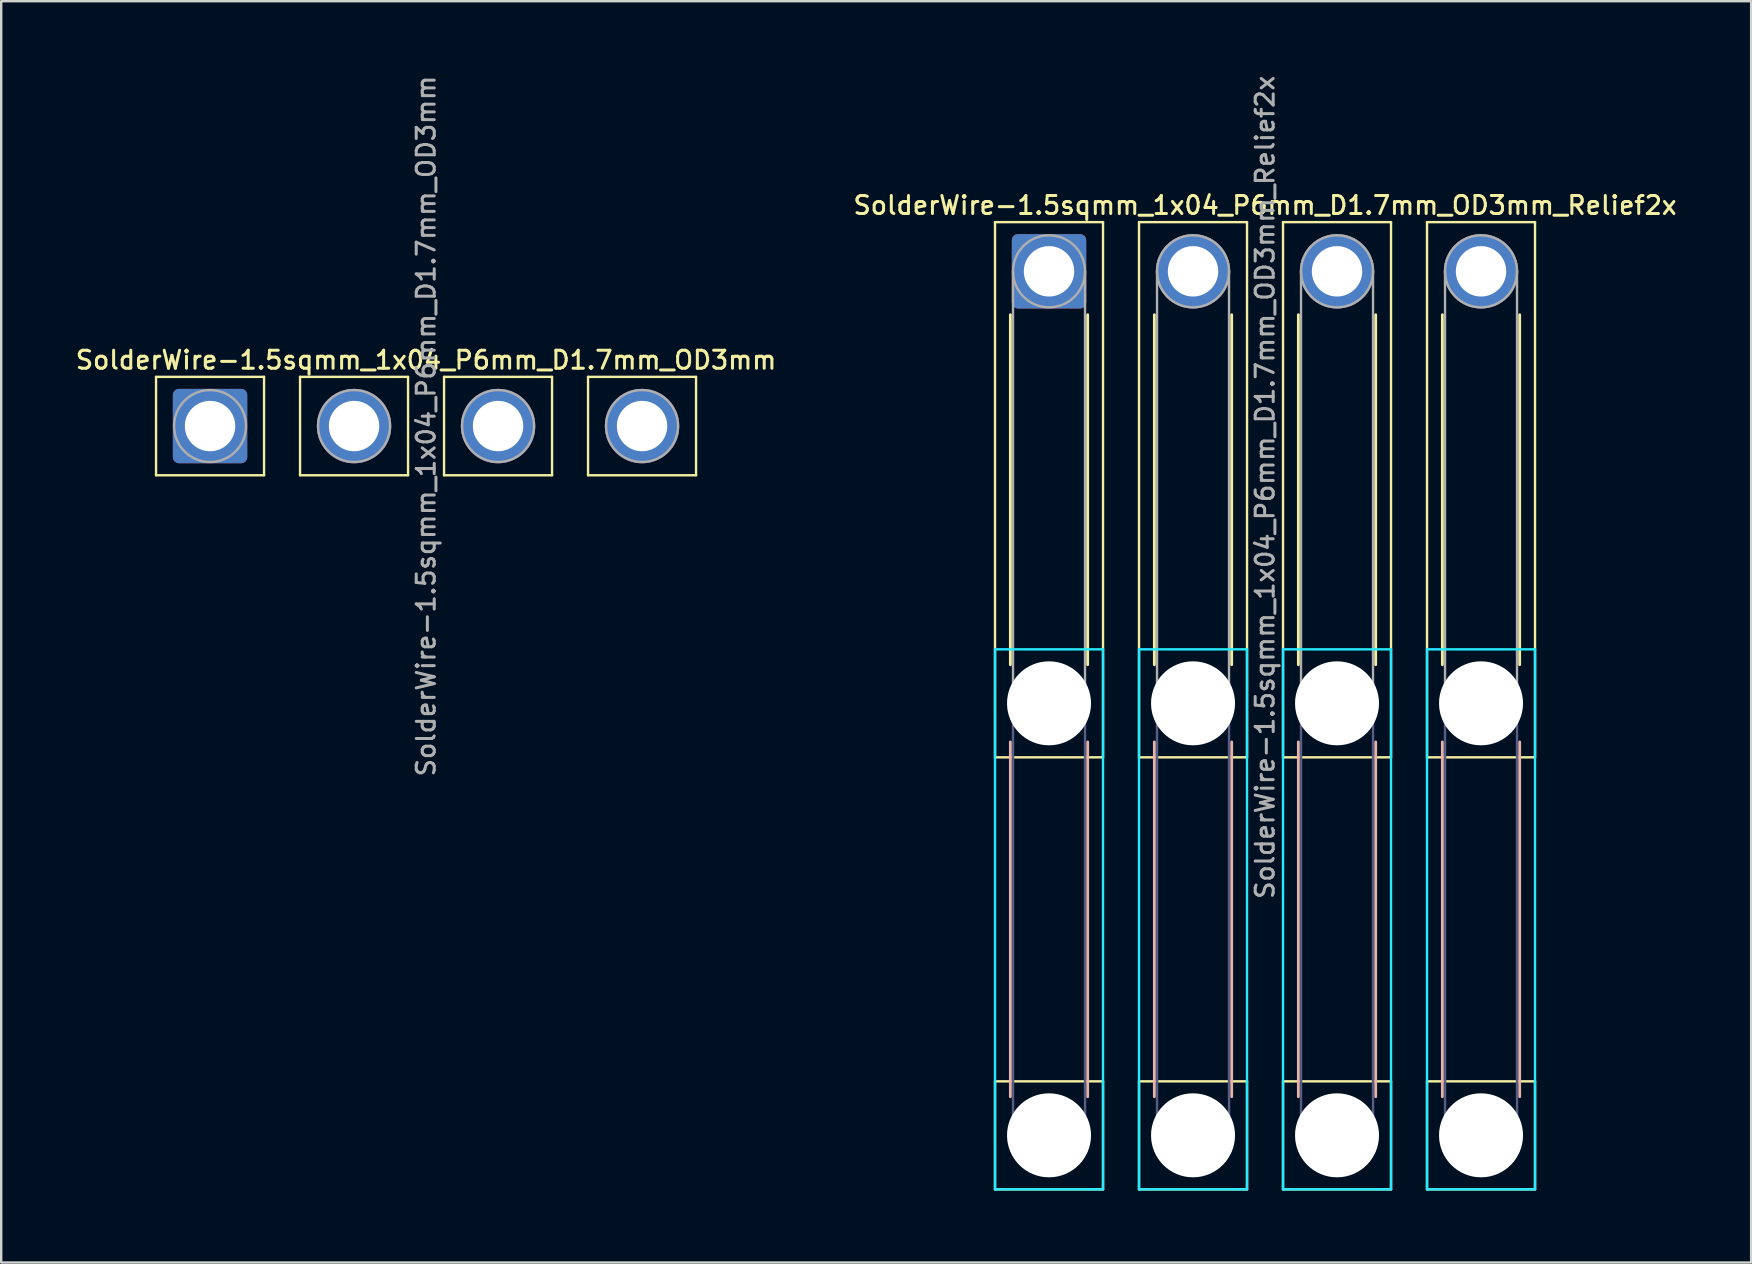
<source format=kicad_pcb>
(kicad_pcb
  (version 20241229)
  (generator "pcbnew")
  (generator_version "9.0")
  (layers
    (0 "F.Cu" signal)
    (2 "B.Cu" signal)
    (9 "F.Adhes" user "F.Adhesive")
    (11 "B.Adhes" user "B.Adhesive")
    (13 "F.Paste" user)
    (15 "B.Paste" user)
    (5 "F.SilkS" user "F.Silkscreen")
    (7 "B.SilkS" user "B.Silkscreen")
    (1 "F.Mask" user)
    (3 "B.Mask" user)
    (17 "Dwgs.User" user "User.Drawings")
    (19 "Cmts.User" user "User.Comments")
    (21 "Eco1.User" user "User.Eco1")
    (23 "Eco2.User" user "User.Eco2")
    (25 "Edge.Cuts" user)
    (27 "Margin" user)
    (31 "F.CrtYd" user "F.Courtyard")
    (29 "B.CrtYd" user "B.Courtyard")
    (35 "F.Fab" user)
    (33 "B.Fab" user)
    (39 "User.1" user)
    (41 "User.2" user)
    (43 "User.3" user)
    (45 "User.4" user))
  (footprint "SolderWire-1.5sqmm_1x04_P6mm_D1.7mm_OD3mm_Relief2x"
    (layer "F.Cu")
    (at 40.659 8.255)
    (property "Reference" "SolderWire-1.5sqmm_1x04_P6mm_D1.7mm_OD3mm_Relief2x" (at 9 -2.75 0) (layer "F.SilkS") (effects (font (size 0.75 0.75) (thickness 0.125))))
    (attr exclude_from_pos_files exclude_from_bom)
    (fp_line (start -2.25 -2.05) (end -2.25 20.25) (stroke (width 0.1) (type solid)) (layer "F.SilkS"))
    (fp_line (start -2.25 20.25) (end 2.25 20.25) (stroke (width 0.1) (type solid)) (layer "F.SilkS"))
    (fp_line (start -2.25 33.75) (end -2.25 38.25) (stroke (width 0.1) (type solid)) (layer "F.SilkS"))
    (fp_line (start -2.25 38.25) (end 2.25 38.25) (stroke (width 0.1) (type solid)) (layer "F.SilkS"))
    (fp_line (start -1.61 1.81) (end -1.61 16.39) (stroke (width 0.12) (type solid)) (layer "F.SilkS"))
    (fp_line (start 1.61 1.81) (end 1.61 16.39) (stroke (width 0.12) (type solid)) (layer "F.SilkS"))
    (fp_line (start 2.25 -2.05) (end -2.25 -2.05) (stroke (width 0.1) (type solid)) (layer "F.SilkS"))
    (fp_line (start 2.25 20.25) (end 2.25 -2.05) (stroke (width 0.1) (type solid)) (layer "F.SilkS"))
    (fp_line (start 2.25 33.75) (end -2.25 33.75) (stroke (width 0.1) (type solid)) (layer "F.SilkS"))
    (fp_line (start 2.25 38.25) (end 2.25 33.75) (stroke (width 0.1) (type solid)) (layer "F.SilkS"))
    (fp_line (start 3.75 -2.05) (end 3.75 20.25) (stroke (width 0.1) (type solid)) (layer "F.SilkS"))
    (fp_line (start 3.75 20.25) (end 8.25 20.25) (stroke (width 0.1) (type solid)) (layer "F.SilkS"))
    (fp_line (start 3.75 33.75) (end 3.75 38.25) (stroke (width 0.1) (type solid)) (layer "F.SilkS"))
    (fp_line (start 3.75 38.25) (end 8.25 38.25) (stroke (width 0.1) (type solid)) (layer "F.SilkS"))
    (fp_line (start 4.39 1.81) (end 4.39 16.39) (stroke (width 0.12) (type solid)) (layer "F.SilkS"))
    (fp_line (start 7.61 1.81) (end 7.61 16.39) (stroke (width 0.12) (type solid)) (layer "F.SilkS"))
    (fp_line (start 8.25 -2.05) (end 3.75 -2.05) (stroke (width 0.1) (type solid)) (layer "F.SilkS"))
    (fp_line (start 8.25 20.25) (end 8.25 -2.05) (stroke (width 0.1) (type solid)) (layer "F.SilkS"))
    (fp_line (start 8.25 33.75) (end 3.75 33.75) (stroke (width 0.1) (type solid)) (layer "F.SilkS"))
    (fp_line (start 8.25 38.25) (end 8.25 33.75) (stroke (width 0.1) (type solid)) (layer "F.SilkS"))
    (fp_line (start 9.75 -2.05) (end 9.75 20.25) (stroke (width 0.1) (type solid)) (layer "F.SilkS"))
    (fp_line (start 9.75 20.25) (end 14.25 20.25) (stroke (width 0.1) (type solid)) (layer "F.SilkS"))
    (fp_line (start 9.75 33.75) (end 9.75 38.25) (stroke (width 0.1) (type solid)) (layer "F.SilkS"))
    (fp_line (start 9.75 38.25) (end 14.25 38.25) (stroke (width 0.1) (type solid)) (layer "F.SilkS"))
    (fp_line (start 10.39 1.81) (end 10.39 16.39) (stroke (width 0.12) (type solid)) (layer "F.SilkS"))
    (fp_line (start 13.61 1.81) (end 13.61 16.39) (stroke (width 0.12) (type solid)) (layer "F.SilkS"))
    (fp_line (start 14.25 -2.05) (end 9.75 -2.05) (stroke (width 0.1) (type solid)) (layer "F.SilkS"))
    (fp_line (start 14.25 20.25) (end 14.25 -2.05) (stroke (width 0.1) (type solid)) (layer "F.SilkS"))
    (fp_line (start 14.25 33.75) (end 9.75 33.75) (stroke (width 0.1) (type solid)) (layer "F.SilkS"))
    (fp_line (start 14.25 38.25) (end 14.25 33.75) (stroke (width 0.1) (type solid)) (layer "F.SilkS"))
    (fp_line (start 15.75 -2.05) (end 15.75 20.25) (stroke (width 0.1) (type solid)) (layer "F.SilkS"))
    (fp_line (start 15.75 20.25) (end 20.25 20.25) (stroke (width 0.1) (type solid)) (layer "F.SilkS"))
    (fp_line (start 15.75 33.75) (end 15.75 38.25) (stroke (width 0.1) (type solid)) (layer "F.SilkS"))
    (fp_line (start 15.75 38.25) (end 20.25 38.25) (stroke (width 0.1) (type solid)) (layer "F.SilkS"))
    (fp_line (start 16.39 1.81) (end 16.39 16.39) (stroke (width 0.12) (type solid)) (layer "F.SilkS"))
    (fp_line (start 19.61 1.81) (end 19.61 16.39) (stroke (width 0.12) (type solid)) (layer "F.SilkS"))
    (fp_line (start 20.25 -2.05) (end 15.75 -2.05) (stroke (width 0.1) (type solid)) (layer "F.SilkS"))
    (fp_line (start 20.25 20.25) (end 20.25 -2.05) (stroke (width 0.1) (type solid)) (layer "F.SilkS"))
    (fp_line (start 20.25 33.75) (end 15.75 33.75) (stroke (width 0.1) (type solid)) (layer "F.SilkS"))
    (fp_line (start 20.25 38.25) (end 20.25 33.75) (stroke (width 0.1) (type solid)) (layer "F.SilkS"))
    (fp_line (start -1.61 19.61) (end -1.61 34.39) (stroke (width 0.12) (type solid)) (layer "B.SilkS"))
    (fp_line (start 1.61 19.61) (end 1.61 34.39) (stroke (width 0.12) (type solid)) (layer "B.SilkS"))
    (fp_line (start 4.39 19.61) (end 4.39 34.39) (stroke (width 0.12) (type solid)) (layer "B.SilkS"))
    (fp_line (start 7.61 19.61) (end 7.61 34.39) (stroke (width 0.12) (type solid)) (layer "B.SilkS"))
    (fp_line (start 10.39 19.61) (end 10.39 34.39) (stroke (width 0.12) (type solid)) (layer "B.SilkS"))
    (fp_line (start 13.61 19.61) (end 13.61 34.39) (stroke (width 0.12) (type solid)) (layer "B.SilkS"))
    (fp_line (start 16.39 19.61) (end 16.39 34.39) (stroke (width 0.12) (type solid)) (layer "B.SilkS"))
    (fp_line (start 19.61 19.61) (end 19.61 34.39) (stroke (width 0.12) (type solid)) (layer "B.SilkS"))
    (fp_line (start -2.25 15.75) (end -2.25 38.25) (stroke (width 0.1) (type solid)) (layer "B.CrtYd"))
    (fp_line (start -2.25 38.25) (end 2.25 38.25) (stroke (width 0.1) (type solid)) (layer "B.CrtYd"))
    (fp_line (start 2.25 15.75) (end -2.25 15.75) (stroke (width 0.1) (type solid)) (layer "B.CrtYd"))
    (fp_line (start 2.25 38.25) (end 2.25 15.75) (stroke (width 0.1) (type solid)) (layer "B.CrtYd"))
    (fp_line (start 3.75 15.75) (end 3.75 38.25) (stroke (width 0.1) (type solid)) (layer "B.CrtYd"))
    (fp_line (start 3.75 38.25) (end 8.25 38.25) (stroke (width 0.1) (type solid)) (layer "B.CrtYd"))
    (fp_line (start 8.25 15.75) (end 3.75 15.75) (stroke (width 0.1) (type solid)) (layer "B.CrtYd"))
    (fp_line (start 8.25 38.25) (end 8.25 15.75) (stroke (width 0.1) (type solid)) (layer "B.CrtYd"))
    (fp_line (start 9.75 15.75) (end 9.75 38.25) (stroke (width 0.1) (type solid)) (layer "B.CrtYd"))
    (fp_line (start 9.75 38.25) (end 14.25 38.25) (stroke (width 0.1) (type solid)) (layer "B.CrtYd"))
    (fp_line (start 14.25 15.75) (end 9.75 15.75) (stroke (width 0.1) (type solid)) (layer "B.CrtYd"))
    (fp_line (start 14.25 38.25) (end 14.25 15.75) (stroke (width 0.1) (type solid)) (layer "B.CrtYd"))
    (fp_line (start 15.75 15.75) (end 15.75 38.25) (stroke (width 0.1) (type solid)) (layer "B.CrtYd"))
    (fp_line (start 15.75 38.25) (end 20.25 38.25) (stroke (width 0.1) (type solid)) (layer "B.CrtYd"))
    (fp_line (start 20.25 15.75) (end 15.75 15.75) (stroke (width 0.1) (type solid)) (layer "B.CrtYd"))
    (fp_line (start 20.25 38.25) (end 20.25 15.75) (stroke (width 0.1) (type solid)) (layer "B.CrtYd"))
    (fp_line (start -1.5 18) (end -1.5 36) (stroke (width 0.1) (type solid)) (layer "B.Fab"))
    (fp_line (start 1.5 18) (end 1.5 36) (stroke (width 0.1) (type solid)) (layer "B.Fab"))
    (fp_line (start 4.5 18) (end 4.5 36) (stroke (width 0.1) (type solid)) (layer "B.Fab"))
    (fp_line (start 7.5 18) (end 7.5 36) (stroke (width 0.1) (type solid)) (layer "B.Fab"))
    (fp_line (start 10.5 18) (end 10.5 36) (stroke (width 0.1) (type solid)) (layer "B.Fab"))
    (fp_line (start 13.5 18) (end 13.5 36) (stroke (width 0.1) (type solid)) (layer "B.Fab"))
    (fp_line (start 16.5 18) (end 16.5 36) (stroke (width 0.1) (type solid)) (layer "B.Fab"))
    (fp_line (start 19.5 18) (end 19.5 36) (stroke (width 0.1) (type solid)) (layer "B.Fab"))
    (fp_circle (center 0 18) (end 1.5 18) (stroke (width 0.1) (type solid)) (fill no) (layer "B.Fab"))
    (fp_circle (center 0 36) (end 1.5 36) (stroke (width 0.1) (type solid)) (fill no) (layer "B.Fab"))
    (fp_circle (center 6 18) (end 7.5 18) (stroke (width 0.1) (type solid)) (fill no) (layer "B.Fab"))
    (fp_circle (center 6 36) (end 7.5 36) (stroke (width 0.1) (type solid)) (fill no) (layer "B.Fab"))
    (fp_circle (center 12 18) (end 13.5 18) (stroke (width 0.1) (type solid)) (fill no) (layer "B.Fab"))
    (fp_circle (center 12 36) (end 13.5 36) (stroke (width 0.1) (type solid)) (fill no) (layer "B.Fab"))
    (fp_circle (center 18 18) (end 19.5 18) (stroke (width 0.1) (type solid)) (fill no) (layer "B.Fab"))
    (fp_circle (center 18 36) (end 19.5 36) (stroke (width 0.1) (type solid)) (fill no) (layer "B.Fab"))
    (fp_line (start -1.5 0) (end -1.5 18) (stroke (width 0.1) (type solid)) (layer "F.Fab"))
    (fp_line (start 1.5 0) (end 1.5 18) (stroke (width 0.1) (type solid)) (layer "F.Fab"))
    (fp_line (start 4.5 0) (end 4.5 18) (stroke (width 0.1) (type solid)) (layer "F.Fab"))
    (fp_line (start 7.5 0) (end 7.5 18) (stroke (width 0.1) (type solid)) (layer "F.Fab"))
    (fp_line (start 10.5 0) (end 10.5 18) (stroke (width 0.1) (type solid)) (layer "F.Fab"))
    (fp_line (start 13.5 0) (end 13.5 18) (stroke (width 0.1) (type solid)) (layer "F.Fab"))
    (fp_line (start 16.5 0) (end 16.5 18) (stroke (width 0.1) (type solid)) (layer "F.Fab"))
    (fp_line (start 19.5 0) (end 19.5 18) (stroke (width 0.1) (type solid)) (layer "F.Fab"))
    (fp_circle (center 0 0) (end 1.5 0) (stroke (width 0.1) (type solid)) (fill no) (layer "F.Fab"))
    (fp_circle (center 0 18) (end 1.5 18) (stroke (width 0.1) (type solid)) (fill no) (layer "F.Fab"))
    (fp_circle (center 0 36) (end 1.5 36) (stroke (width 0.1) (type solid)) (fill no) (layer "F.Fab"))
    (fp_circle (center 6 0) (end 7.5 0) (stroke (width 0.1) (type solid)) (fill no) (layer "F.Fab"))
    (fp_circle (center 6 18) (end 7.5 18) (stroke (width 0.1) (type solid)) (fill no) (layer "F.Fab"))
    (fp_circle (center 6 36) (end 7.5 36) (stroke (width 0.1) (type solid)) (fill no) (layer "F.Fab"))
    (fp_circle (center 12 0) (end 13.5 0) (stroke (width 0.1) (type solid)) (fill no) (layer "F.Fab"))
    (fp_circle (center 12 18) (end 13.5 18) (stroke (width 0.1) (type solid)) (fill no) (layer "F.Fab"))
    (fp_circle (center 12 36) (end 13.5 36) (stroke (width 0.1) (type solid)) (fill no) (layer "F.Fab"))
    (fp_circle (center 18 0) (end 19.5 0) (stroke (width 0.1) (type solid)) (fill no) (layer "F.Fab"))
    (fp_circle (center 18 18) (end 19.5 18) (stroke (width 0.1) (type solid)) (fill no) (layer "F.Fab"))
    (fp_circle (center 18 36) (end 19.5 36) (stroke (width 0.1) (type solid)) (fill no) (layer "F.Fab"))
    (fp_text user "${REFERENCE}" (at 9 9 90) (layer "F.Fab") (effects (font (size 0.75 0.75) (thickness 0.125))))
    (pad "" np_thru_hole circle (at 0 18) (size 3.5 3.5) (drill 3.5) (layers "*.Cu" "*.Mask"))
    (pad "" np_thru_hole circle (at 0 36) (size 3.5 3.5) (drill 3.5) (layers "*.Cu" "*.Mask"))
    (pad "" np_thru_hole circle (at 6 18) (size 3.5 3.5) (drill 3.5) (layers "*.Cu" "*.Mask"))
    (pad "" np_thru_hole circle (at 6 36) (size 3.5 3.5) (drill 3.5) (layers "*.Cu" "*.Mask"))
    (pad "" np_thru_hole circle (at 12 18) (size 3.5 3.5) (drill 3.5) (layers "*.Cu" "*.Mask"))
    (pad "" np_thru_hole circle (at 12 36) (size 3.5 3.5) (drill 3.5) (layers "*.Cu" "*.Mask"))
    (pad "" np_thru_hole circle (at 18 18) (size 3.5 3.5) (drill 3.5) (layers "*.Cu" "*.Mask"))
    (pad "" np_thru_hole circle (at 18 36) (size 3.5 3.5) (drill 3.5) (layers "*.Cu" "*.Mask"))
    (pad "1" thru_hole roundrect (at 0 0) (size 3.1 3.1) (drill 2.1) (layers "*.Cu" "*.Mask") (roundrect_rratio 0.081))
    (pad "2" thru_hole circle (at 6 0) (size 3.1 3.1) (drill 2.1) (layers "*.Cu" "*.Mask"))
    (pad "3" thru_hole circle (at 12 0) (size 3.1 3.1) (drill 2.1) (layers "*.Cu" "*.Mask"))
    (pad "4" thru_hole circle (at 18 0) (size 3.1 3.1) (drill 2.1) (layers "*.Cu" "*.Mask")))
  (footprint "SolderWire-1.5sqmm_1x04_P6mm_D1.7mm_OD3mm"
    (layer "F.Cu")
    (at 5.702 14.702)
    (property "Reference" "SolderWire-1.5sqmm_1x04_P6mm_D1.7mm_OD3mm" (at 9 -2.75 0) (layer "F.SilkS") (effects (font (size 0.75 0.75) (thickness 0.125))))
    (attr exclude_from_pos_files exclude_from_bom)
    (fp_line (start -2.25 -2.05) (end -2.25 2.05) (stroke (width 0.1) (type solid)) (layer "F.SilkS"))
    (fp_line (start -2.25 2.05) (end 2.25 2.05) (stroke (width 0.1) (type solid)) (layer "F.SilkS"))
    (fp_line (start 2.25 -2.05) (end -2.25 -2.05) (stroke (width 0.1) (type solid)) (layer "F.SilkS"))
    (fp_line (start 2.25 2.05) (end 2.25 -2.05) (stroke (width 0.1) (type solid)) (layer "F.SilkS"))
    (fp_line (start 3.75 -2.05) (end 3.75 2.05) (stroke (width 0.1) (type solid)) (layer "F.SilkS"))
    (fp_line (start 3.75 2.05) (end 8.25 2.05) (stroke (width 0.1) (type solid)) (layer "F.SilkS"))
    (fp_line (start 8.25 -2.05) (end 3.75 -2.05) (stroke (width 0.1) (type solid)) (layer "F.SilkS"))
    (fp_line (start 8.25 2.05) (end 8.25 -2.05) (stroke (width 0.1) (type solid)) (layer "F.SilkS"))
    (fp_line (start 9.75 -2.05) (end 9.75 2.05) (stroke (width 0.1) (type solid)) (layer "F.SilkS"))
    (fp_line (start 9.75 2.05) (end 14.25 2.05) (stroke (width 0.1) (type solid)) (layer "F.SilkS"))
    (fp_line (start 14.25 -2.05) (end 9.75 -2.05) (stroke (width 0.1) (type solid)) (layer "F.SilkS"))
    (fp_line (start 14.25 2.05) (end 14.25 -2.05) (stroke (width 0.1) (type solid)) (layer "F.SilkS"))
    (fp_line (start 15.75 -2.05) (end 15.75 2.05) (stroke (width 0.1) (type solid)) (layer "F.SilkS"))
    (fp_line (start 15.75 2.05) (end 20.25 2.05) (stroke (width 0.1) (type solid)) (layer "F.SilkS"))
    (fp_line (start 20.25 -2.05) (end 15.75 -2.05) (stroke (width 0.1) (type solid)) (layer "F.SilkS"))
    (fp_line (start 20.25 2.05) (end 20.25 -2.05) (stroke (width 0.1) (type solid)) (layer "F.SilkS"))
    (fp_circle (center 0 0) (end 1.5 0) (stroke (width 0.1) (type solid)) (fill no) (layer "F.Fab"))
    (fp_circle (center 6 0) (end 7.5 0) (stroke (width 0.1) (type solid)) (fill no) (layer "F.Fab"))
    (fp_circle (center 12 0) (end 13.5 0) (stroke (width 0.1) (type solid)) (fill no) (layer "F.Fab"))
    (fp_circle (center 18 0) (end 19.5 0) (stroke (width 0.1) (type solid)) (fill no) (layer "F.Fab"))
    (fp_text user "${REFERENCE}" (at 9 0 90) (layer "F.Fab") (effects (font (size 0.75 0.75) (thickness 0.125))))
    (pad "1" thru_hole roundrect (at 0 0) (size 3.1 3.1) (drill 2.1) (layers "*.Cu" "*.Mask") (roundrect_rratio 0.081))
    (pad "2" thru_hole circle (at 6 0) (size 3.1 3.1) (drill 2.1) (layers "*.Cu" "*.Mask"))
    (pad "3" thru_hole circle (at 12 0) (size 3.1 3.1) (drill 2.1) (layers "*.Cu" "*.Mask"))
    (pad "4" thru_hole circle (at 18 0) (size 3.1 3.1) (drill 2.1) (layers "*.Cu" "*.Mask")))
  (gr_rect
    (start -3 -3)
    (end 69.914 49.555)
    (stroke (width 0.1) (type default))
    (fill no)
    (layer "Edge.Cuts")))
</source>
